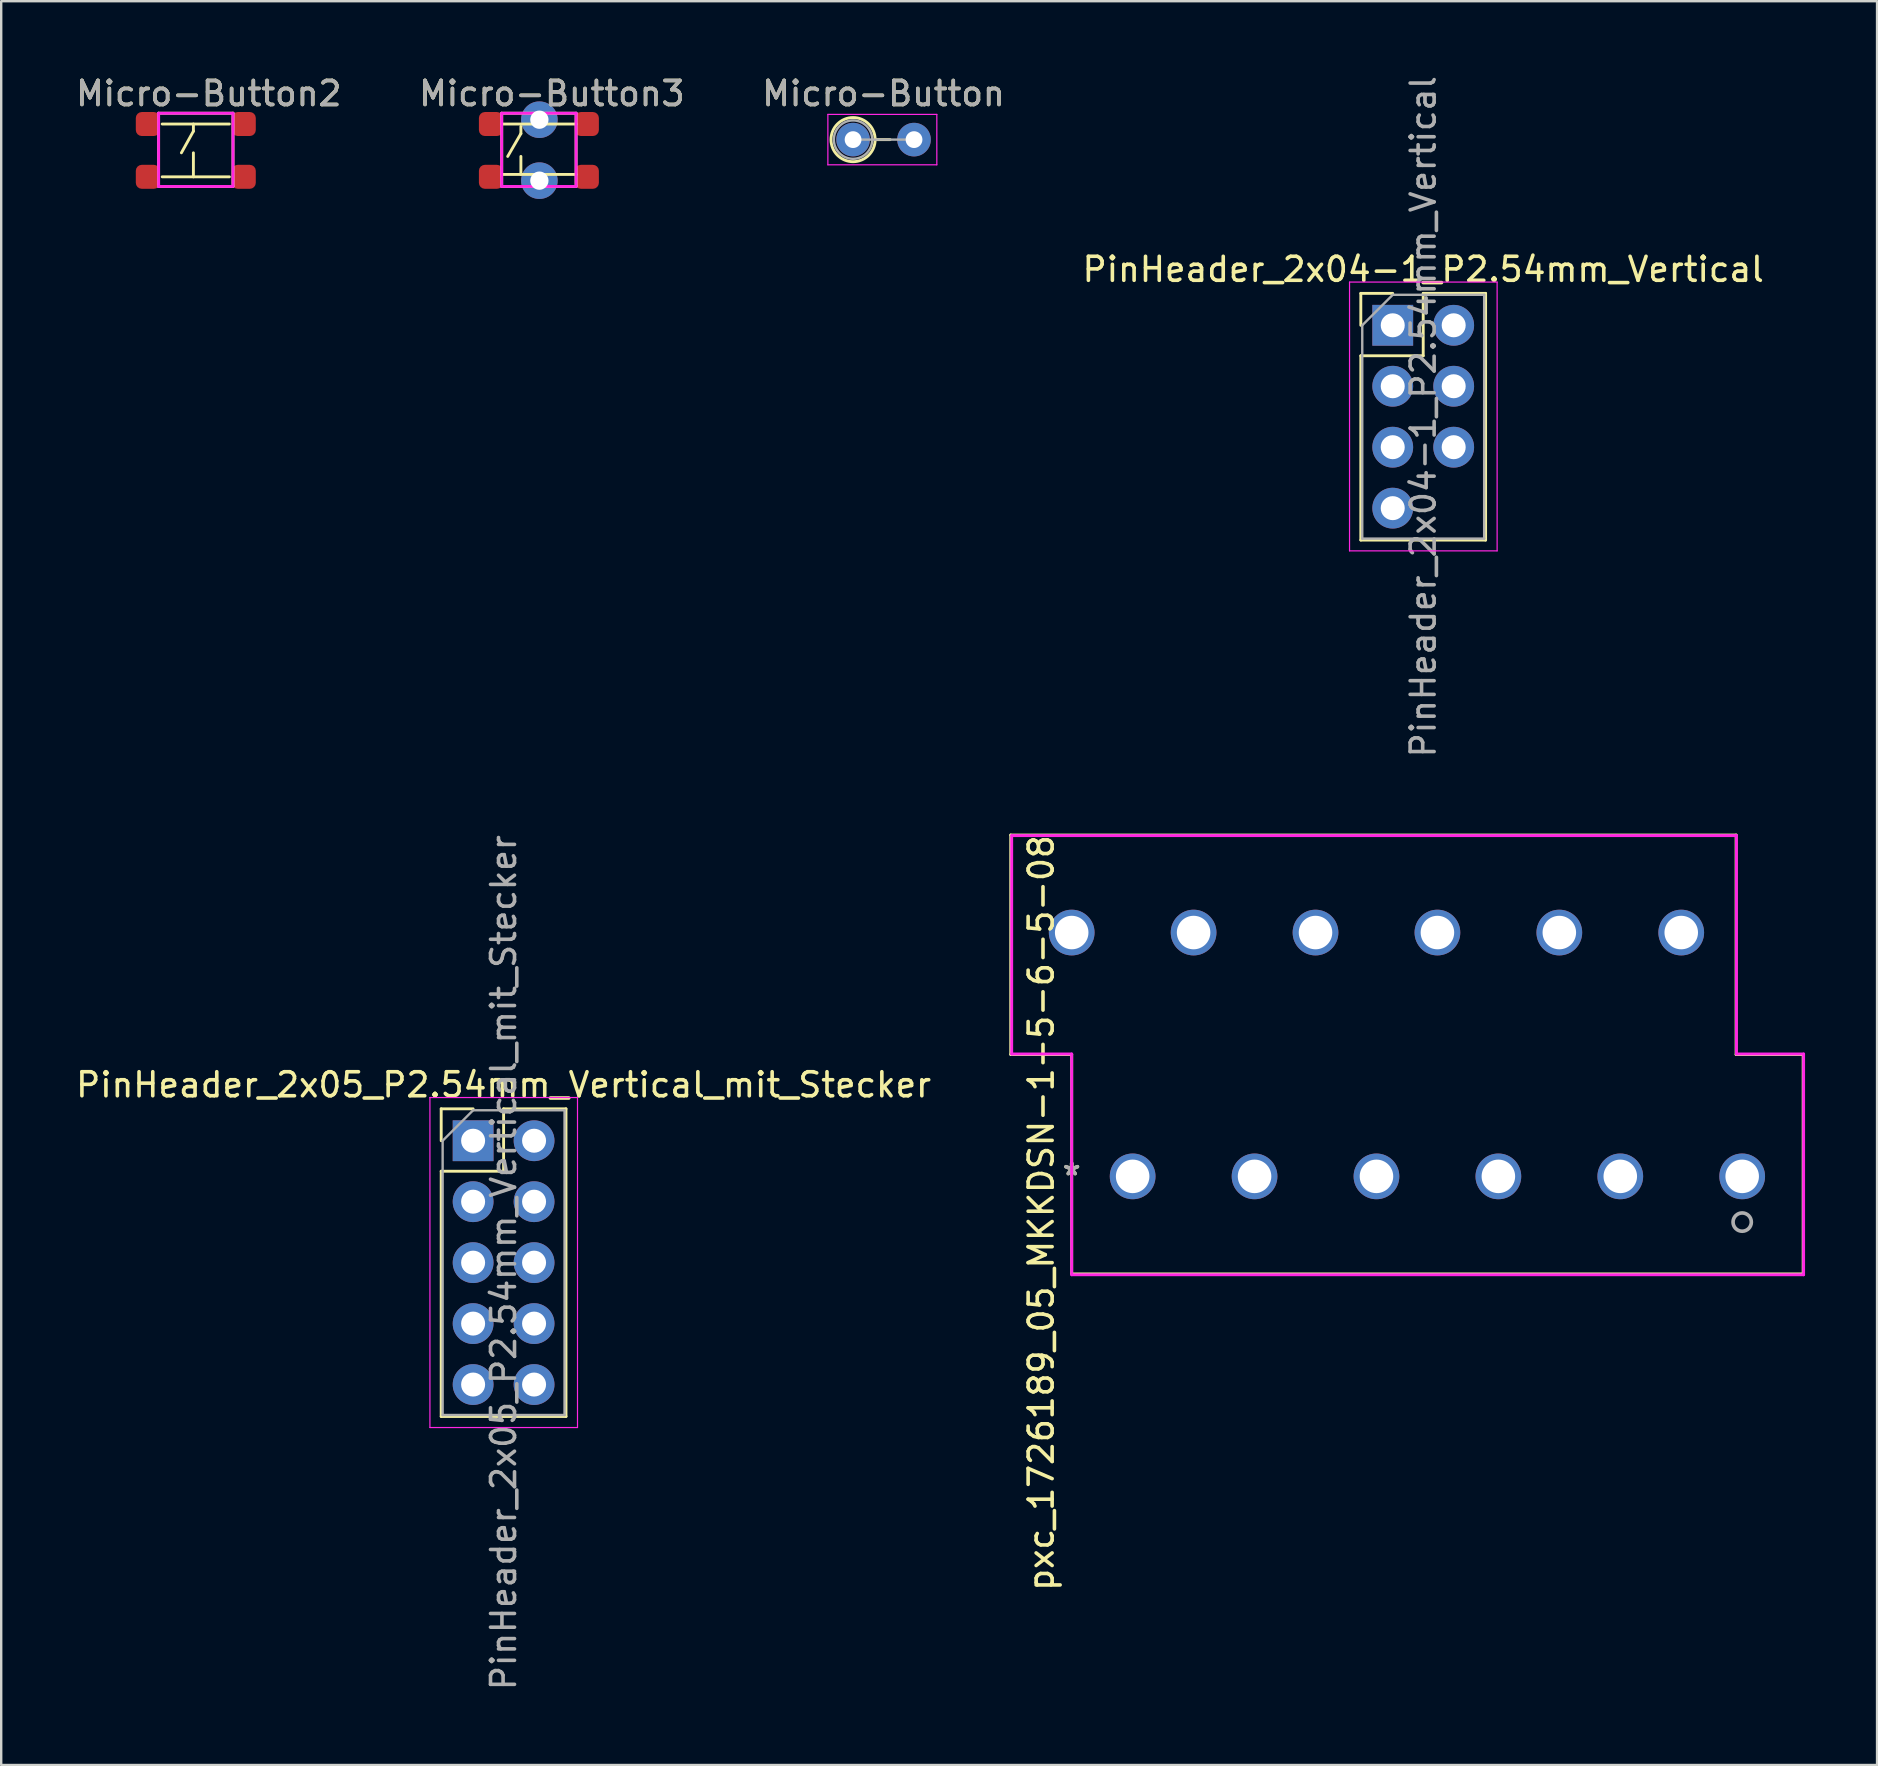
<source format=kicad_pcb>
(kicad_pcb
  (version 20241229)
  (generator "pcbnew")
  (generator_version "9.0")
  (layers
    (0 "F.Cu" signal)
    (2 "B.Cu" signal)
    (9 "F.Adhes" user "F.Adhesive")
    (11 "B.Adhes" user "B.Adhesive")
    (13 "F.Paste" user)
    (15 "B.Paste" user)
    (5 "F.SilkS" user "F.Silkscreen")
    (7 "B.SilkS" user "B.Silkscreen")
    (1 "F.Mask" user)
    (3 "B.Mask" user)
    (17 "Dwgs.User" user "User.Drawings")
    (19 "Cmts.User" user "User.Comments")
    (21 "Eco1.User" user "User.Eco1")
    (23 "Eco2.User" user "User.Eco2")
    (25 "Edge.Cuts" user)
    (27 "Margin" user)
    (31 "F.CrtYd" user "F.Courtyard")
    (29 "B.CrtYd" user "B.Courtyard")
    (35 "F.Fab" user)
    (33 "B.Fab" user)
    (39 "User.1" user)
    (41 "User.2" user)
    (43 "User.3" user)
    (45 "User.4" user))
  (footprint "pxc_1726189_05_MKKDSN-1-5-6-5-08"
    (layer "F.Cu")
    (at 41.608 45.97)
    (property "Reference" "pxc_1726189_05_MKKDSN-1-5-6-5-08" (at -1.27 1.524 90) (layer "F.SilkS") (effects (font (size 1 1) (thickness 0.15))))
    (attr through_hole)
    (fp_line (start -2.54 -14.224) (end -2.54 -5.08) (stroke (width 0.12) (type solid)) (layer "F.SilkS"))
    (fp_line (start -2.54 -5.08) (end 0 -5.08) (stroke (width 0.12) (type solid)) (layer "F.SilkS"))
    (fp_line (start 0 -5.08) (end 0 4.064) (stroke (width 0.12) (type solid)) (layer "F.SilkS"))
    (fp_line (start 0 4.064) (end 30.48 4.064) (stroke (width 0.12) (type solid)) (layer "F.SilkS"))
    (fp_line (start 27.686 -14.224) (end -2.54 -14.224) (stroke (width 0.12) (type solid)) (layer "F.SilkS"))
    (fp_line (start 27.686 -5.08) (end 27.686 -14.224) (stroke (width 0.12) (type solid)) (layer "F.SilkS"))
    (fp_line (start 27.686 -5.08) (end 30.48 -5.08) (stroke (width 0.12) (type solid)) (layer "F.SilkS"))
    (fp_line (start 30.48 -5.08) (end 30.48 4.064) (stroke (width 0.12) (type solid)) (layer "F.SilkS"))
    (fp_line (start -2.5 -14.2) (end -2.5 -5.1) (stroke (width 0.12) (type solid)) (layer "F.CrtYd"))
    (fp_line (start -2.5 -5.1) (end 0 -5.1) (stroke (width 0.12) (type solid)) (layer "F.CrtYd"))
    (fp_line (start 0 -5.1) (end 0 4.1) (stroke (width 0.12) (type solid)) (layer "F.CrtYd"))
    (fp_line (start 0 4.1) (end 30.5 4.1) (stroke (width 0.12) (type solid)) (layer "F.CrtYd"))
    (fp_line (start 27.7 -14.2) (end -2.5 -14.2) (stroke (width 0.12) (type solid)) (layer "F.CrtYd"))
    (fp_line (start 27.7 -5.1) (end 27.7 -14.2) (stroke (width 0.12) (type solid)) (layer "F.CrtYd"))
    (fp_line (start 30.5 -5.1) (end 27.7 -5.1) (stroke (width 0.12) (type solid)) (layer "F.CrtYd"))
    (fp_line (start 30.5 4.1) (end 30.5 -5.1) (stroke (width 0.12) (type solid)) (layer "F.CrtYd"))
    (fp_circle (center 27.94 1.905) (end 28.321 1.905) (stroke (width 0.152) (type solid)) (fill no) (layer "F.Fab"))
    (fp_text user "*" (at 0 0 0) (layer "F.SilkS") (effects (font (size 1 1) (thickness 0.15))))
    (fp_text user "Copyright 2016 Accelerated Designs. All rights reserved." (at 0 0 0) (layer "Cmts.User") (effects (font (size 0.127 0.127) (thickness 0.002))))
    (fp_text user "*" (at 0 0 0) (layer "F.Fab") (effects (font (size 1 1) (thickness 0.15))))
    (pad "1" thru_hole circle (at 27.94 0) (size 1.905 1.905) (drill 1.397) (layers "*.Cu" "*.Mask"))
    (pad "2" thru_hole circle (at 25.4 -10.16) (size 1.905 1.905) (drill 1.397) (layers "*.Cu" "*.Mask"))
    (pad "3" thru_hole circle (at 22.86 0) (size 1.905 1.905) (drill 1.397) (layers "*.Cu" "*.Mask"))
    (pad "4" thru_hole circle (at 20.32 -10.16) (size 1.905 1.905) (drill 1.397) (layers "*.Cu" "*.Mask"))
    (pad "5" thru_hole circle (at 17.78 0) (size 1.905 1.905) (drill 1.397) (layers "*.Cu" "*.Mask"))
    (pad "6" thru_hole circle (at 15.24 -10.16) (size 1.905 1.905) (drill 1.397) (layers "*.Cu" "*.Mask"))
    (pad "7" thru_hole circle (at 12.7 0) (size 1.905 1.905) (drill 1.397) (layers "*.Cu" "*.Mask"))
    (pad "8" thru_hole circle (at 10.16 -10.16) (size 1.905 1.905) (drill 1.397) (layers "*.Cu" "*.Mask"))
    (pad "9" thru_hole circle (at 7.62 0) (size 1.905 1.905) (drill 1.397) (layers "*.Cu" "*.Mask"))
    (pad "10" thru_hole circle (at 5.08 -10.16) (size 1.905 1.905) (drill 1.397) (layers "*.Cu" "*.Mask"))
    (pad "11" thru_hole circle (at 2.54 0) (size 1.905 1.905) (drill 1.397) (layers "*.Cu" "*.Mask"))
    (pad "12" thru_hole circle (at 0 -10.16) (size 1.905 1.905) (drill 1.397) (layers "*.Cu" "*.Mask")))
  (footprint "PinHeader_2x05_P2.54mm_Vertical_mit_Stecker"
    (layer "F.Cu")
    (at 16.665 44.485)
    (property "Reference" "PinHeader_2x05_P2.54mm_Vertical_mit_Stecker" (at 1.27 -2.33 0) (layer "F.SilkS") (effects (font (size 1 1) (thickness 0.15))))
    (attr through_hole)
    (fp_line (start -1.33 -1.33) (end 0 -1.33) (stroke (width 0.12) (type solid)) (layer "F.SilkS"))
    (fp_line (start -1.33 0) (end -1.33 -1.33) (stroke (width 0.12) (type solid)) (layer "F.SilkS"))
    (fp_line (start -1.33 1.27) (end -1.33 11.49) (stroke (width 0.12) (type solid)) (layer "F.SilkS"))
    (fp_line (start -1.33 1.27) (end 1.27 1.27) (stroke (width 0.12) (type solid)) (layer "F.SilkS"))
    (fp_line (start -1.33 11.49) (end 3.87 11.49) (stroke (width 0.12) (type solid)) (layer "F.SilkS"))
    (fp_line (start 1.27 -1.33) (end 3.87 -1.33) (stroke (width 0.12) (type solid)) (layer "F.SilkS"))
    (fp_line (start 1.27 1.27) (end 1.27 -1.33) (stroke (width 0.12) (type solid)) (layer "F.SilkS"))
    (fp_line (start 3.87 -1.33) (end 3.87 11.49) (stroke (width 0.12) (type solid)) (layer "F.SilkS"))
    (fp_line (start -1.8 -1.8) (end -1.8 11.95) (stroke (width 0.05) (type solid)) (layer "F.CrtYd"))
    (fp_line (start -1.8 11.95) (end 4.35 11.95) (stroke (width 0.05) (type solid)) (layer "F.CrtYd"))
    (fp_line (start 4.35 -1.8) (end -1.8 -1.8) (stroke (width 0.05) (type solid)) (layer "F.CrtYd"))
    (fp_line (start 4.35 11.95) (end 4.35 -1.8) (stroke (width 0.05) (type solid)) (layer "F.CrtYd"))
    (fp_line (start -1.27 0) (end 0 -1.27) (stroke (width 0.1) (type solid)) (layer "F.Fab"))
    (fp_line (start -1.27 11.43) (end -1.27 0) (stroke (width 0.1) (type solid)) (layer "F.Fab"))
    (fp_line (start 0 -1.27) (end 3.81 -1.27) (stroke (width 0.1) (type solid)) (layer "F.Fab"))
    (fp_line (start 3.81 -1.27) (end 3.81 11.43) (stroke (width 0.1) (type solid)) (layer "F.Fab"))
    (fp_line (start 3.81 11.43) (end -1.27 11.43) (stroke (width 0.1) (type solid)) (layer "F.Fab"))
    (fp_text user "${REFERENCE}" (at 1.27 5.08 90) (layer "F.Fab") (effects (font (size 1 1) (thickness 0.15))))
    (pad "1" thru_hole rect (at 0 0) (size 1.7 1.7) (drill 1) (layers "*.Cu" "*.Mask"))
    (pad "2" thru_hole oval (at 2.54 0) (size 1.7 1.7) (drill 1) (layers "*.Cu" "*.Mask"))
    (pad "3" thru_hole oval (at 0 2.54) (size 1.7 1.7) (drill 1) (layers "*.Cu" "*.Mask"))
    (pad "4" thru_hole oval (at 2.54 2.54) (size 1.7 1.7) (drill 1) (layers "*.Cu" "*.Mask"))
    (pad "5" thru_hole oval (at 0 5.08) (size 1.7 1.7) (drill 1) (layers "*.Cu" "*.Mask"))
    (pad "6" thru_hole oval (at 2.54 5.08) (size 1.7 1.7) (drill 1) (layers "*.Cu" "*.Mask"))
    (pad "7" thru_hole oval (at 0 7.62) (size 1.7 1.7) (drill 1) (layers "*.Cu" "*.Mask"))
    (pad "8" thru_hole oval (at 2.54 7.62) (size 1.7 1.7) (drill 1) (layers "*.Cu" "*.Mask"))
    (pad "9" thru_hole oval (at 0 10.16) (size 1.7 1.7) (drill 1) (layers "*.Cu" "*.Mask"))
    (pad "10" thru_hole oval (at 2.54 10.16) (size 1.7 1.7) (drill 1) (layers "*.Cu" "*.Mask")))
  (footprint "Micro-Button2"
    (layer "F.Cu")
    (at 3.109 2.118)
    (property "Reference" "Micro-Button2" (at 2.54 -1.27 0) (layer "F.SilkS") (effects (font (size 1 1) (thickness 0.15))))
    (attr smd)
    (fp_line (start 0.45 -0.45) (end 0.45 2.6) (stroke (width 0.12) (type solid)) (layer "F.SilkS"))
    (fp_line (start 0.45 -0.45) (end 3.55 -0.45) (stroke (width 0.12) (type solid)) (layer "F.SilkS"))
    (fp_line (start 0.45 2.6) (end 3.55 2.6) (stroke (width 0.12) (type solid)) (layer "F.SilkS"))
    (fp_line (start 0.6 0) (end 3.4 0) (stroke (width 0.12) (type solid)) (layer "F.SilkS"))
    (fp_line (start 0.6 2.2) (end 3.4 2.2) (stroke (width 0.12) (type solid)) (layer "F.SilkS"))
    (fp_line (start 1.9 0) (end 1.9 0.3) (stroke (width 0.12) (type solid)) (layer "F.SilkS"))
    (fp_line (start 1.9 0.3) (end 1.4 1.2) (stroke (width 0.12) (type solid)) (layer "F.SilkS"))
    (fp_line (start 1.9 1.2) (end 1.9 2.2) (stroke (width 0.12) (type solid)) (layer "F.SilkS"))
    (fp_line (start 3.55 2.6) (end 3.55 -0.45) (stroke (width 0.12) (type solid)) (layer "F.SilkS"))
    (fp_line (start 0.45 -0.45) (end 0.45 2.6) (stroke (width 0.12) (type solid)) (layer "F.CrtYd"))
    (fp_line (start 0.45 2.6) (end 3.55 2.6) (stroke (width 0.12) (type solid)) (layer "F.CrtYd"))
    (fp_line (start 3.55 -0.45) (end 0.45 -0.45) (stroke (width 0.12) (type solid)) (layer "F.CrtYd"))
    (fp_line (start 3.55 2.6) (end 3.55 -0.45) (stroke (width 0.12) (type solid)) (layer "F.CrtYd"))
    (fp_text user "${REFERENCE}" (at 2.54 -1.27 0) (layer "F.Fab") (effects (font (size 1 1) (thickness 0.15))))
    (pad "1" smd roundrect (at 0 0) (size 1 1) (layers "F.Cu" "F.Mask" "F.Paste") (roundrect_rratio 0.25))
    (pad "2" smd roundrect (at 0 2.2) (size 1 1) (layers "F.Cu" "F.Mask" "F.Paste") (roundrect_rratio 0.25))
    (pad "3" smd roundrect (at 4 0) (size 1 1) (layers "F.Cu" "F.Mask" "F.Paste") (roundrect_rratio 0.25))
    (pad "4" smd roundrect (at 4 2.2) (size 1 1) (layers "F.Cu" "F.Mask" "F.Paste") (roundrect_rratio 0.25)))
  (footprint "Micro-Button"
    (layer "F.Cu")
    (at 32.498 2.768)
    (property "Reference" "Micro-Button" (at 1.27 -1.92 0) (layer "F.SilkS") (effects (font (size 1 1) (thickness 0.15))))
    (attr through_hole)
    (fp_line (start 0.92 0) (end 1.54 0) (stroke (width 0.12) (type solid)) (layer "F.SilkS"))
    (fp_circle (center 0 0) (end 0.92 0) (stroke (width 0.12) (type solid)) (fill no) (layer "F.SilkS"))
    (fp_line (start -1.05 -1.05) (end -1.05 1.05) (stroke (width 0.05) (type solid)) (layer "F.CrtYd"))
    (fp_line (start -1.05 1.05) (end 3.49 1.05) (stroke (width 0.05) (type solid)) (layer "F.CrtYd"))
    (fp_line (start 3.49 -1.05) (end -1.05 -1.05) (stroke (width 0.05) (type solid)) (layer "F.CrtYd"))
    (fp_line (start 3.49 1.05) (end 3.49 -1.05) (stroke (width 0.05) (type solid)) (layer "F.CrtYd"))
    (fp_line (start 0 0) (end 2.54 0) (stroke (width 0.1) (type solid)) (layer "F.Fab"))
    (fp_circle (center 0 0) (end 0.8 0) (stroke (width 0.1) (type solid)) (fill no) (layer "F.Fab"))
    (fp_text user "${REFERENCE}" (at 1.27 -1.92 0) (layer "F.Fab") (effects (font (size 1 1) (thickness 0.15))))
    (pad "1" thru_hole circle (at 0 0) (size 1.4 1.4) (drill 0.7) (layers "*.Cu" "*.Mask"))
    (pad "2" thru_hole oval (at 2.54 0) (size 1.4 1.4) (drill 0.7) (layers "*.Cu" "*.Mask")))
  (footprint "Micro-Button3"
    (layer "F.Cu")
    (at 17.406 2.118)
    (property "Reference" "Micro-Button3" (at 2.54 -1.27 0) (layer "F.SilkS") (effects (font (size 1 1) (thickness 0.15))))
    (attr through_hole)
    (fp_line (start 0.45 -0.45) (end 0.45 2.6) (stroke (width 0.12) (type solid)) (layer "F.SilkS"))
    (fp_line (start 0.45 -0.45) (end 3.55 -0.45) (stroke (width 0.12) (type solid)) (layer "F.SilkS"))
    (fp_line (start 0.45 0) (end 3.55 0) (stroke (width 0.12) (type solid)) (layer "F.SilkS"))
    (fp_line (start 0.45 2.1) (end 3.55 2.1) (stroke (width 0.12) (type solid)) (layer "F.SilkS"))
    (fp_line (start 0.45 2.6) (end 3.55 2.6) (stroke (width 0.12) (type solid)) (layer "F.SilkS"))
    (fp_line (start 1.25 0.1) (end 1.25 0.4) (stroke (width 0.12) (type solid)) (layer "F.SilkS"))
    (fp_line (start 1.25 0.4) (end 0.7 1.35) (stroke (width 0.12) (type solid)) (layer "F.SilkS"))
    (fp_line (start 1.25 1.35) (end 1.25 2.1) (stroke (width 0.12) (type solid)) (layer "F.SilkS"))
    (fp_line (start 3.55 2.6) (end 3.55 -0.45) (stroke (width 0.12) (type solid)) (layer "F.SilkS"))
    (fp_line (start 0.45 -0.45) (end 0.45 2.6) (stroke (width 0.12) (type solid)) (layer "F.CrtYd"))
    (fp_line (start 0.45 2.6) (end 3.55 2.6) (stroke (width 0.12) (type solid)) (layer "F.CrtYd"))
    (fp_line (start 3.55 -0.45) (end 0.45 -0.45) (stroke (width 0.12) (type solid)) (layer "F.CrtYd"))
    (fp_line (start 3.55 2.6) (end 3.55 -0.45) (stroke (width 0.12) (type solid)) (layer "F.CrtYd"))
    (fp_text user "${REFERENCE}" (at 2.54 -1.27 0) (layer "F.Fab") (effects (font (size 1 1) (thickness 0.15))))
    (pad "1" smd roundrect (at 0 0) (size 1 1) (layers "F.Cu" "F.Mask" "F.Paste") (roundrect_rratio 0.25))
    (pad "2" smd roundrect (at 0 2.2) (size 1 1) (layers "F.Cu" "F.Mask" "F.Paste") (roundrect_rratio 0.25))
    (pad "3" smd roundrect (at 4 0) (size 1 1) (layers "F.Cu" "F.Mask" "F.Paste") (roundrect_rratio 0.25))
    (pad "4" smd roundrect (at 4 2.2) (size 1 1) (layers "F.Cu" "F.Mask" "F.Paste") (roundrect_rratio 0.25))
    (pad "5" thru_hole circle (at 2.02 -0.18 90) (size 1.524 1.524) (drill 0.762) (layers "*.Cu" "*.Mask"))
    (pad "6" thru_hole circle (at 2.02 2.36 180) (size 1.524 1.524) (drill 0.762) (layers "*.Cu" "*.Mask")))
  (footprint "PinHeader_2x04-1_P2.54mm_Vertical"
    (layer "F.Cu")
    (at 54.986 10.505)
    (property "Reference" "PinHeader_2x04-1_P2.54mm_Vertical" (at 1.27 -2.33 0) (layer "F.SilkS") (effects (font (size 1 1) (thickness 0.15))))
    (attr through_hole)
    (fp_line (start -1.33 -1.33) (end 0 -1.33) (stroke (width 0.12) (type solid)) (layer "F.SilkS"))
    (fp_line (start -1.33 0) (end -1.33 -1.33) (stroke (width 0.12) (type solid)) (layer "F.SilkS"))
    (fp_line (start -1.33 1.27) (end -1.33 8.95) (stroke (width 0.12) (type solid)) (layer "F.SilkS"))
    (fp_line (start -1.33 1.27) (end 1.27 1.27) (stroke (width 0.12) (type solid)) (layer "F.SilkS"))
    (fp_line (start -1.33 8.95) (end 3.87 8.95) (stroke (width 0.12) (type solid)) (layer "F.SilkS"))
    (fp_line (start 1.27 -1.33) (end 3.87 -1.33) (stroke (width 0.12) (type solid)) (layer "F.SilkS"))
    (fp_line (start 1.27 1.27) (end 1.27 -1.33) (stroke (width 0.12) (type solid)) (layer "F.SilkS"))
    (fp_line (start 3.87 -1.33) (end 3.87 8.95) (stroke (width 0.12) (type solid)) (layer "F.SilkS"))
    (fp_line (start -1.8 -1.8) (end -1.8 9.4) (stroke (width 0.05) (type solid)) (layer "F.CrtYd"))
    (fp_line (start -1.8 9.4) (end 4.35 9.4) (stroke (width 0.05) (type solid)) (layer "F.CrtYd"))
    (fp_line (start 4.35 -1.8) (end -1.8 -1.8) (stroke (width 0.05) (type solid)) (layer "F.CrtYd"))
    (fp_line (start 4.35 9.4) (end 4.35 -1.8) (stroke (width 0.05) (type solid)) (layer "F.CrtYd"))
    (fp_line (start -1.27 0) (end 0 -1.27) (stroke (width 0.1) (type solid)) (layer "F.Fab"))
    (fp_line (start -1.27 8.89) (end -1.27 0) (stroke (width 0.1) (type solid)) (layer "F.Fab"))
    (fp_line (start 0 -1.27) (end 3.81 -1.27) (stroke (width 0.1) (type solid)) (layer "F.Fab"))
    (fp_line (start 3.81 -1.27) (end 3.81 8.89) (stroke (width 0.1) (type solid)) (layer "F.Fab"))
    (fp_line (start 3.81 8.89) (end -1.27 8.89) (stroke (width 0.1) (type solid)) (layer "F.Fab"))
    (fp_text user "${REFERENCE}" (at 1.27 3.81 90) (layer "F.Fab") (effects (font (size 1 1) (thickness 0.15))))
    (pad "1" thru_hole rect (at 0 0) (size 1.7 1.7) (drill 1) (layers "*.Cu" "*.Mask"))
    (pad "2" thru_hole oval (at 2.54 0) (size 1.7 1.7) (drill 1) (layers "*.Cu" "*.Mask"))
    (pad "3" thru_hole oval (at 0 2.54) (size 1.7 1.7) (drill 1) (layers "*.Cu" "*.Mask"))
    (pad "4" thru_hole oval (at 2.54 2.54) (size 1.7 1.7) (drill 1) (layers "*.Cu" "*.Mask"))
    (pad "5" thru_hole oval (at 0 5.08) (size 1.7 1.7) (drill 1) (layers "*.Cu" "*.Mask"))
    (pad "6" thru_hole oval (at 2.54 5.08) (size 1.7 1.7) (drill 1) (layers "*.Cu" "*.Mask"))
    (pad "7" thru_hole oval (at 0 7.62) (size 1.7 1.7) (drill 1) (layers "*.Cu" "*.Mask")))
  (gr_rect
    (start -3 -3)
    (end 75.168 70.5)
    (stroke (width 0.1) (type default))
    (fill no)
    (layer "Edge.Cuts")))
</source>
